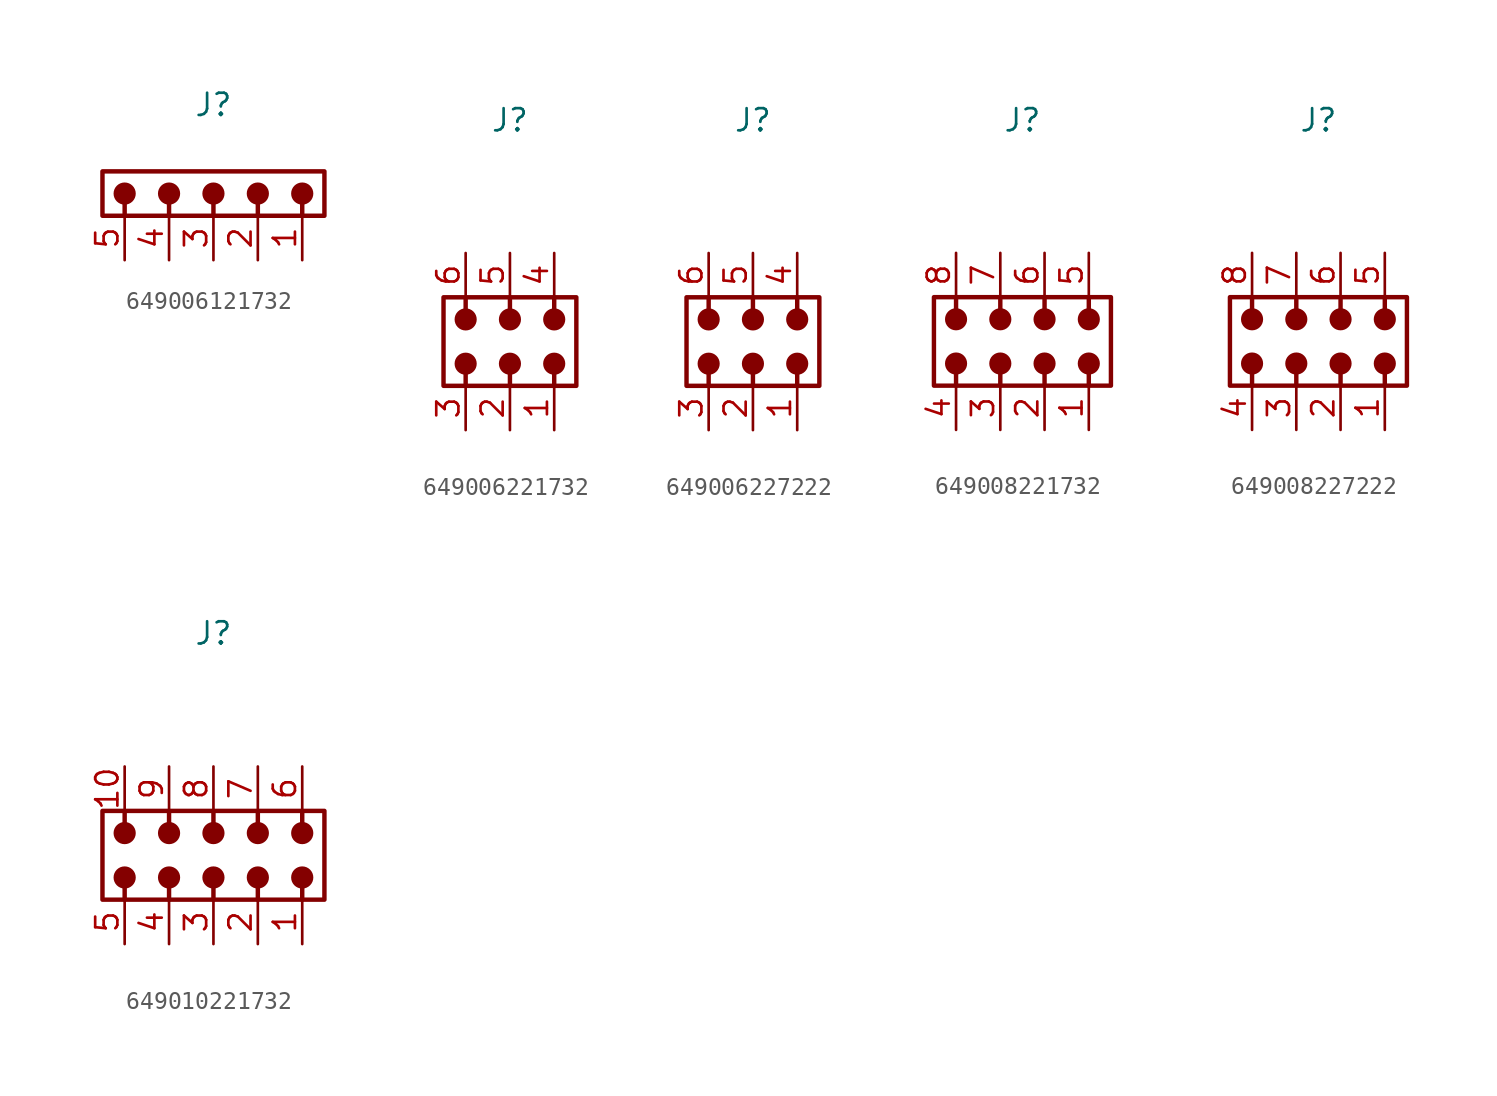
<source format=kicad_sym>
(kicad_symbol_lib
  (version 20241209)
  (generator "kicad_symbol_editor")
  (generator_version "9.0")
  (symbol "649006121732"
    (pin_names
      (hide yes))
    (property "Reference" "J"
      (at 0 5.08 0)
      (effects (font (size 1.27 1.27))))
    (symbol "649006121732_1_1"
      (rectangle (start -6.35 1.27) (end 6.35 -1.27) (stroke (width 0.254) (type solid)) (fill (type none)))
      (circle (center -5.08 0) (radius 0.508) (stroke (width 0.254) (type solid)) (fill (type outline)))
      (polyline (pts (xy -5.08 -0.508) (xy -5.08 -1.27)) (stroke (width 0.254) (type solid)) (fill (type none)))
      (circle (center -2.54 0) (radius 0.508) (stroke (width 0.254) (type solid)) (fill (type outline)))
      (polyline (pts (xy -2.54 -0.508) (xy -2.54 -1.27)) (stroke (width 0.254) (type solid)) (fill (type none)))
      (circle (center 0 0) (radius 0.508) (stroke (width 0.254) (type solid)) (fill (type outline)))
      (polyline (pts (xy 0 -0.508) (xy 0 -1.27)) (stroke (width 0.254) (type solid)) (fill (type none)))
      (circle (center 2.54 0) (radius 0.508) (stroke (width 0.254) (type solid)) (fill (type outline)))
      (polyline (pts (xy 2.54 -0.508) (xy 2.54 -1.27)) (stroke (width 0.254) (type solid)) (fill (type none)))
      (circle (center 5.08 0) (radius 0.508) (stroke (width 0.254) (type solid)) (fill (type outline)))
      (polyline (pts (xy 5.08 -0.508) (xy 5.08 -1.27)) (stroke (width 0.254) (type solid)) (fill (type none)))
      (pin passive line (at -5.08 -3.81 90) (length 2.54) (name "5" (effects (font (size 1.27 1.27)))) (number "5" (effects (font (size 1.27 1.27)))))
      (pin passive line (at -2.54 -3.81 90) (length 2.54) (name "4" (effects (font (size 1.27 1.27)))) (number "4" (effects (font (size 1.27 1.27)))))
      (pin passive line (at 0 -3.81 90) (length 2.54) (name "3" (effects (font (size 1.27 1.27)))) (number "3" (effects (font (size 1.27 1.27)))))
      (pin passive line (at 2.54 -3.81 90) (length 2.54) (name "2" (effects (font (size 1.27 1.27)))) (number "2" (effects (font (size 1.27 1.27)))))
      (pin passive line (at 5.08 -3.81 90) (length 2.54) (name "1" (effects (font (size 1.27 1.27)))) (number "1" (effects (font (size 1.27 1.27)))))))
  (symbol "649006221732"
    (pin_names
      (hide yes))
    (property "Reference" "J"
      (at 0 12.7 0)
      (effects (font (size 1.27 1.27))))
    (symbol "649006221732_1_1"
      (rectangle (start -3.81 2.54) (end 3.81 -2.54) (stroke (width 0.254) (type solid)) (fill (type none)))
      (polyline (pts (xy -2.54 1.778) (xy -2.54 2.54)) (stroke (width 0.254) (type solid)) (fill (type none)))
      (circle (center -2.54 1.27) (radius 0.508) (stroke (width 0.254) (type solid)) (fill (type outline)))
      (circle (center -2.54 -1.27) (radius 0.508) (stroke (width 0.254) (type solid)) (fill (type outline)))
      (polyline (pts (xy -2.54 -1.778) (xy -2.54 -2.54)) (stroke (width 0.254) (type solid)) (fill (type none)))
      (polyline (pts (xy 0 1.778) (xy 0 2.54)) (stroke (width 0.254) (type solid)) (fill (type none)))
      (circle (center 0 1.27) (radius 0.508) (stroke (width 0.254) (type solid)) (fill (type outline)))
      (circle (center 0 -1.27) (radius 0.508) (stroke (width 0.254) (type solid)) (fill (type outline)))
      (polyline (pts (xy 0 -1.778) (xy 0 -2.54)) (stroke (width 0.254) (type solid)) (fill (type none)))
      (polyline (pts (xy 2.54 1.778) (xy 2.54 2.54)) (stroke (width 0.254) (type solid)) (fill (type none)))
      (circle (center 2.54 1.27) (radius 0.508) (stroke (width 0.254) (type solid)) (fill (type outline)))
      (circle (center 2.54 -1.27) (radius 0.508) (stroke (width 0.254) (type solid)) (fill (type outline)))
      (polyline (pts (xy 2.54 -1.778) (xy 2.54 -2.54)) (stroke (width 0.254) (type solid)) (fill (type none)))
      (pin passive line (at -2.54 5.08 270) (length 2.54) (name "6" (effects (font (size 1.27 1.27)))) (number "6" (effects (font (size 1.27 1.27)))))
      (pin passive line (at -2.54 -5.08 90) (length 2.54) (name "3" (effects (font (size 1.27 1.27)))) (number "3" (effects (font (size 1.27 1.27)))))
      (pin passive line (at 0 5.08 270) (length 2.54) (name "5" (effects (font (size 1.27 1.27)))) (number "5" (effects (font (size 1.27 1.27)))))
      (pin passive line (at 0 -5.08 90) (length 2.54) (name "2" (effects (font (size 1.27 1.27)))) (number "2" (effects (font (size 1.27 1.27)))))
      (pin passive line (at 2.54 5.08 270) (length 2.54) (name "4" (effects (font (size 1.27 1.27)))) (number "4" (effects (font (size 1.27 1.27)))))
      (pin passive line (at 2.54 -5.08 90) (length 2.54) (name "1" (effects (font (size 1.27 1.27)))) (number "1" (effects (font (size 1.27 1.27)))))))
  (symbol "649006227222"
    (pin_names
      (hide yes))
    (property "Reference" "J"
      (at 0 12.7 0)
      (effects (font (size 1.27 1.27))))
    (symbol "649006227222_1_1"
      (rectangle (start -3.81 2.54) (end 3.81 -2.54) (stroke (width 0.254) (type solid)) (fill (type none)))
      (polyline (pts (xy -2.54 1.778) (xy -2.54 2.54)) (stroke (width 0.254) (type solid)) (fill (type none)))
      (circle (center -2.54 1.27) (radius 0.508) (stroke (width 0.254) (type solid)) (fill (type outline)))
      (circle (center -2.54 -1.27) (radius 0.508) (stroke (width 0.254) (type solid)) (fill (type outline)))
      (polyline (pts (xy -2.54 -1.778) (xy -2.54 -2.54)) (stroke (width 0.254) (type solid)) (fill (type none)))
      (polyline (pts (xy 0 1.778) (xy 0 2.54)) (stroke (width 0.254) (type solid)) (fill (type none)))
      (circle (center 0 1.27) (radius 0.508) (stroke (width 0.254) (type solid)) (fill (type outline)))
      (circle (center 0 -1.27) (radius 0.508) (stroke (width 0.254) (type solid)) (fill (type outline)))
      (polyline (pts (xy 0 -1.778) (xy 0 -2.54)) (stroke (width 0.254) (type solid)) (fill (type none)))
      (polyline (pts (xy 2.54 1.778) (xy 2.54 2.54)) (stroke (width 0.254) (type solid)) (fill (type none)))
      (circle (center 2.54 1.27) (radius 0.508) (stroke (width 0.254) (type solid)) (fill (type outline)))
      (circle (center 2.54 -1.27) (radius 0.508) (stroke (width 0.254) (type solid)) (fill (type outline)))
      (polyline (pts (xy 2.54 -1.778) (xy 2.54 -2.54)) (stroke (width 0.254) (type solid)) (fill (type none)))
      (pin passive line (at -2.54 5.08 270) (length 2.54) (name "6" (effects (font (size 1.27 1.27)))) (number "6" (effects (font (size 1.27 1.27)))))
      (pin passive line (at -2.54 -5.08 90) (length 2.54) (name "3" (effects (font (size 1.27 1.27)))) (number "3" (effects (font (size 1.27 1.27)))))
      (pin passive line (at 0 5.08 270) (length 2.54) (name "5" (effects (font (size 1.27 1.27)))) (number "5" (effects (font (size 1.27 1.27)))))
      (pin passive line (at 0 -5.08 90) (length 2.54) (name "2" (effects (font (size 1.27 1.27)))) (number "2" (effects (font (size 1.27 1.27)))))
      (pin passive line (at 2.54 5.08 270) (length 2.54) (name "4" (effects (font (size 1.27 1.27)))) (number "4" (effects (font (size 1.27 1.27)))))
      (pin passive line (at 2.54 -5.08 90) (length 2.54) (name "1" (effects (font (size 1.27 1.27)))) (number "1" (effects (font (size 1.27 1.27)))))))
  (symbol "649008221732"
    (pin_names
      (hide yes))
    (property "Reference" "J"
      (at 0 12.7 0)
      (effects (font (size 1.27 1.27))))
    (symbol "649008221732_1_1"
      (rectangle (start -5.08 2.54) (end 5.08 -2.54) (stroke (width 0.254) (type solid)) (fill (type none)))
      (polyline (pts (xy -3.81 1.778) (xy -3.81 2.54)) (stroke (width 0.254) (type solid)) (fill (type none)))
      (circle (center -3.81 1.27) (radius 0.508) (stroke (width 0.254) (type solid)) (fill (type outline)))
      (circle (center -3.81 -1.27) (radius 0.508) (stroke (width 0.254) (type solid)) (fill (type outline)))
      (polyline (pts (xy -3.81 -1.778) (xy -3.81 -2.54)) (stroke (width 0.254) (type solid)) (fill (type none)))
      (polyline (pts (xy -1.27 1.778) (xy -1.27 2.54)) (stroke (width 0.254) (type solid)) (fill (type none)))
      (circle (center -1.27 1.27) (radius 0.508) (stroke (width 0.254) (type solid)) (fill (type outline)))
      (circle (center -1.27 -1.27) (radius 0.508) (stroke (width 0.254) (type solid)) (fill (type outline)))
      (polyline (pts (xy -1.27 -1.778) (xy -1.27 -2.54)) (stroke (width 0.254) (type solid)) (fill (type none)))
      (polyline (pts (xy 1.27 1.778) (xy 1.27 2.54)) (stroke (width 0.254) (type solid)) (fill (type none)))
      (circle (center 1.27 1.27) (radius 0.508) (stroke (width 0.254) (type solid)) (fill (type outline)))
      (circle (center 1.27 -1.27) (radius 0.508) (stroke (width 0.254) (type solid)) (fill (type outline)))
      (polyline (pts (xy 1.27 -1.778) (xy 1.27 -2.54)) (stroke (width 0.254) (type solid)) (fill (type none)))
      (polyline (pts (xy 3.81 1.778) (xy 3.81 2.54)) (stroke (width 0.254) (type solid)) (fill (type none)))
      (circle (center 3.81 1.27) (radius 0.508) (stroke (width 0.254) (type solid)) (fill (type outline)))
      (circle (center 3.81 -1.27) (radius 0.508) (stroke (width 0.254) (type solid)) (fill (type outline)))
      (polyline (pts (xy 3.81 -1.778) (xy 3.81 -2.54)) (stroke (width 0.254) (type solid)) (fill (type none)))
      (pin passive line (at -3.81 5.08 270) (length 2.54) (name "8" (effects (font (size 1.27 1.27)))) (number "8" (effects (font (size 1.27 1.27)))))
      (pin passive line (at -3.81 -5.08 90) (length 2.54) (name "4" (effects (font (size 1.27 1.27)))) (number "4" (effects (font (size 1.27 1.27)))))
      (pin passive line (at -1.27 5.08 270) (length 2.54) (name "7" (effects (font (size 1.27 1.27)))) (number "7" (effects (font (size 1.27 1.27)))))
      (pin passive line (at -1.27 -5.08 90) (length 2.54) (name "3" (effects (font (size 1.27 1.27)))) (number "3" (effects (font (size 1.27 1.27)))))
      (pin passive line (at 1.27 5.08 270) (length 2.54) (name "6" (effects (font (size 1.27 1.27)))) (number "6" (effects (font (size 1.27 1.27)))))
      (pin passive line (at 1.27 -5.08 90) (length 2.54) (name "2" (effects (font (size 1.27 1.27)))) (number "2" (effects (font (size 1.27 1.27)))))
      (pin passive line (at 3.81 5.08 270) (length 2.54) (name "5" (effects (font (size 1.27 1.27)))) (number "5" (effects (font (size 1.27 1.27)))))
      (pin passive line (at 3.81 -5.08 90) (length 2.54) (name "1" (effects (font (size 1.27 1.27)))) (number "1" (effects (font (size 1.27 1.27)))))))
  (symbol "649008227222"
    (pin_names
      (hide yes))
    (property "Reference" "J"
      (at 0 12.7 0)
      (effects (font (size 1.27 1.27))))
    (symbol "649008227222_1_1"
      (rectangle (start -5.08 2.54) (end 5.08 -2.54) (stroke (width 0.254) (type solid)) (fill (type none)))
      (polyline (pts (xy -3.81 1.778) (xy -3.81 2.54)) (stroke (width 0.254) (type solid)) (fill (type none)))
      (circle (center -3.81 1.27) (radius 0.508) (stroke (width 0.254) (type solid)) (fill (type outline)))
      (circle (center -3.81 -1.27) (radius 0.508) (stroke (width 0.254) (type solid)) (fill (type outline)))
      (polyline (pts (xy -3.81 -1.778) (xy -3.81 -2.54)) (stroke (width 0.254) (type solid)) (fill (type none)))
      (polyline (pts (xy -1.27 1.778) (xy -1.27 2.54)) (stroke (width 0.254) (type solid)) (fill (type none)))
      (circle (center -1.27 1.27) (radius 0.508) (stroke (width 0.254) (type solid)) (fill (type outline)))
      (circle (center -1.27 -1.27) (radius 0.508) (stroke (width 0.254) (type solid)) (fill (type outline)))
      (polyline (pts (xy -1.27 -1.778) (xy -1.27 -2.54)) (stroke (width 0.254) (type solid)) (fill (type none)))
      (polyline (pts (xy 1.27 1.778) (xy 1.27 2.54)) (stroke (width 0.254) (type solid)) (fill (type none)))
      (circle (center 1.27 1.27) (radius 0.508) (stroke (width 0.254) (type solid)) (fill (type outline)))
      (circle (center 1.27 -1.27) (radius 0.508) (stroke (width 0.254) (type solid)) (fill (type outline)))
      (polyline (pts (xy 1.27 -1.778) (xy 1.27 -2.54)) (stroke (width 0.254) (type solid)) (fill (type none)))
      (polyline (pts (xy 3.81 1.778) (xy 3.81 2.54)) (stroke (width 0.254) (type solid)) (fill (type none)))
      (circle (center 3.81 1.27) (radius 0.508) (stroke (width 0.254) (type solid)) (fill (type outline)))
      (circle (center 3.81 -1.27) (radius 0.508) (stroke (width 0.254) (type solid)) (fill (type outline)))
      (polyline (pts (xy 3.81 -1.778) (xy 3.81 -2.54)) (stroke (width 0.254) (type solid)) (fill (type none)))
      (pin passive line (at -3.81 5.08 270) (length 2.54) (name "8" (effects (font (size 1.27 1.27)))) (number "8" (effects (font (size 1.27 1.27)))))
      (pin passive line (at -3.81 -5.08 90) (length 2.54) (name "4" (effects (font (size 1.27 1.27)))) (number "4" (effects (font (size 1.27 1.27)))))
      (pin passive line (at -1.27 5.08 270) (length 2.54) (name "7" (effects (font (size 1.27 1.27)))) (number "7" (effects (font (size 1.27 1.27)))))
      (pin passive line (at -1.27 -5.08 90) (length 2.54) (name "3" (effects (font (size 1.27 1.27)))) (number "3" (effects (font (size 1.27 1.27)))))
      (pin passive line (at 1.27 5.08 270) (length 2.54) (name "6" (effects (font (size 1.27 1.27)))) (number "6" (effects (font (size 1.27 1.27)))))
      (pin passive line (at 1.27 -5.08 90) (length 2.54) (name "2" (effects (font (size 1.27 1.27)))) (number "2" (effects (font (size 1.27 1.27)))))
      (pin passive line (at 3.81 5.08 270) (length 2.54) (name "5" (effects (font (size 1.27 1.27)))) (number "5" (effects (font (size 1.27 1.27)))))
      (pin passive line (at 3.81 -5.08 90) (length 2.54) (name "1" (effects (font (size 1.27 1.27)))) (number "1" (effects (font (size 1.27 1.27)))))))
  (symbol "649010221732"
    (pin_names
      (hide yes))
    (property "Reference" "J"
      (at 0 12.7 0)
      (effects (font (size 1.27 1.27))))
    (symbol "649010221732_1_1"
      (rectangle (start -6.35 2.54) (end 6.35 -2.54) (stroke (width 0.254) (type solid)) (fill (type none)))
      (polyline (pts (xy -5.08 1.778) (xy -5.08 2.54)) (stroke (width 0.254) (type solid)) (fill (type none)))
      (circle (center -5.08 1.27) (radius 0.508) (stroke (width 0.254) (type solid)) (fill (type outline)))
      (circle (center -5.08 -1.27) (radius 0.508) (stroke (width 0.254) (type solid)) (fill (type outline)))
      (polyline (pts (xy -5.08 -1.778) (xy -5.08 -2.54)) (stroke (width 0.254) (type solid)) (fill (type none)))
      (polyline (pts (xy -2.54 1.778) (xy -2.54 2.54)) (stroke (width 0.254) (type solid)) (fill (type none)))
      (circle (center -2.54 1.27) (radius 0.508) (stroke (width 0.254) (type solid)) (fill (type outline)))
      (circle (center -2.54 -1.27) (radius 0.508) (stroke (width 0.254) (type solid)) (fill (type outline)))
      (polyline (pts (xy -2.54 -1.778) (xy -2.54 -2.54)) (stroke (width 0.254) (type solid)) (fill (type none)))
      (polyline (pts (xy 0 1.778) (xy 0 2.54)) (stroke (width 0.254) (type solid)) (fill (type none)))
      (circle (center 0 1.27) (radius 0.508) (stroke (width 0.254) (type solid)) (fill (type outline)))
      (circle (center 0 -1.27) (radius 0.508) (stroke (width 0.254) (type solid)) (fill (type outline)))
      (polyline (pts (xy 0 -1.778) (xy 0 -2.54)) (stroke (width 0.254) (type solid)) (fill (type none)))
      (polyline (pts (xy 2.54 1.778) (xy 2.54 2.54)) (stroke (width 0.254) (type solid)) (fill (type none)))
      (circle (center 2.54 1.27) (radius 0.508) (stroke (width 0.254) (type solid)) (fill (type outline)))
      (circle (center 2.54 -1.27) (radius 0.508) (stroke (width 0.254) (type solid)) (fill (type outline)))
      (polyline (pts (xy 2.54 -1.778) (xy 2.54 -2.54)) (stroke (width 0.254) (type solid)) (fill (type none)))
      (polyline (pts (xy 5.08 1.778) (xy 5.08 2.54)) (stroke (width 0.254) (type solid)) (fill (type none)))
      (circle (center 5.08 1.27) (radius 0.508) (stroke (width 0.254) (type solid)) (fill (type outline)))
      (circle (center 5.08 -1.27) (radius 0.508) (stroke (width 0.254) (type solid)) (fill (type outline)))
      (polyline (pts (xy 5.08 -1.778) (xy 5.08 -2.54)) (stroke (width 0.254) (type solid)) (fill (type none)))
      (pin passive line (at -5.08 5.08 270) (length 2.54) (name "10" (effects (font (size 1.27 1.27)))) (number "10" (effects (font (size 1.27 1.27)))))
      (pin passive line (at -5.08 -5.08 90) (length 2.54) (name "5" (effects (font (size 1.27 1.27)))) (number "5" (effects (font (size 1.27 1.27)))))
      (pin passive line (at -2.54 5.08 270) (length 2.54) (name "9" (effects (font (size 1.27 1.27)))) (number "9" (effects (font (size 1.27 1.27)))))
      (pin passive line (at -2.54 -5.08 90) (length 2.54) (name "4" (effects (font (size 1.27 1.27)))) (number "4" (effects (font (size 1.27 1.27)))))
      (pin passive line (at 0 5.08 270) (length 2.54) (name "8" (effects (font (size 1.27 1.27)))) (number "8" (effects (font (size 1.27 1.27)))))
      (pin passive line (at 0 -5.08 90) (length 2.54) (name "3" (effects (font (size 1.27 1.27)))) (number "3" (effects (font (size 1.27 1.27)))))
      (pin passive line (at 2.54 5.08 270) (length 2.54) (name "7" (effects (font (size 1.27 1.27)))) (number "7" (effects (font (size 1.27 1.27)))))
      (pin passive line (at 2.54 -5.08 90) (length 2.54) (name "2" (effects (font (size 1.27 1.27)))) (number "2" (effects (font (size 1.27 1.27)))))
      (pin passive line (at 5.08 5.08 270) (length 2.54) (name "6" (effects (font (size 1.27 1.27)))) (number "6" (effects (font (size 1.27 1.27)))))
      (pin passive line (at 5.08 -5.08 90) (length 2.54) (name "1" (effects (font (size 1.27 1.27)))) (number "1" (effects (font (size 1.27 1.27))))))))
</source>
